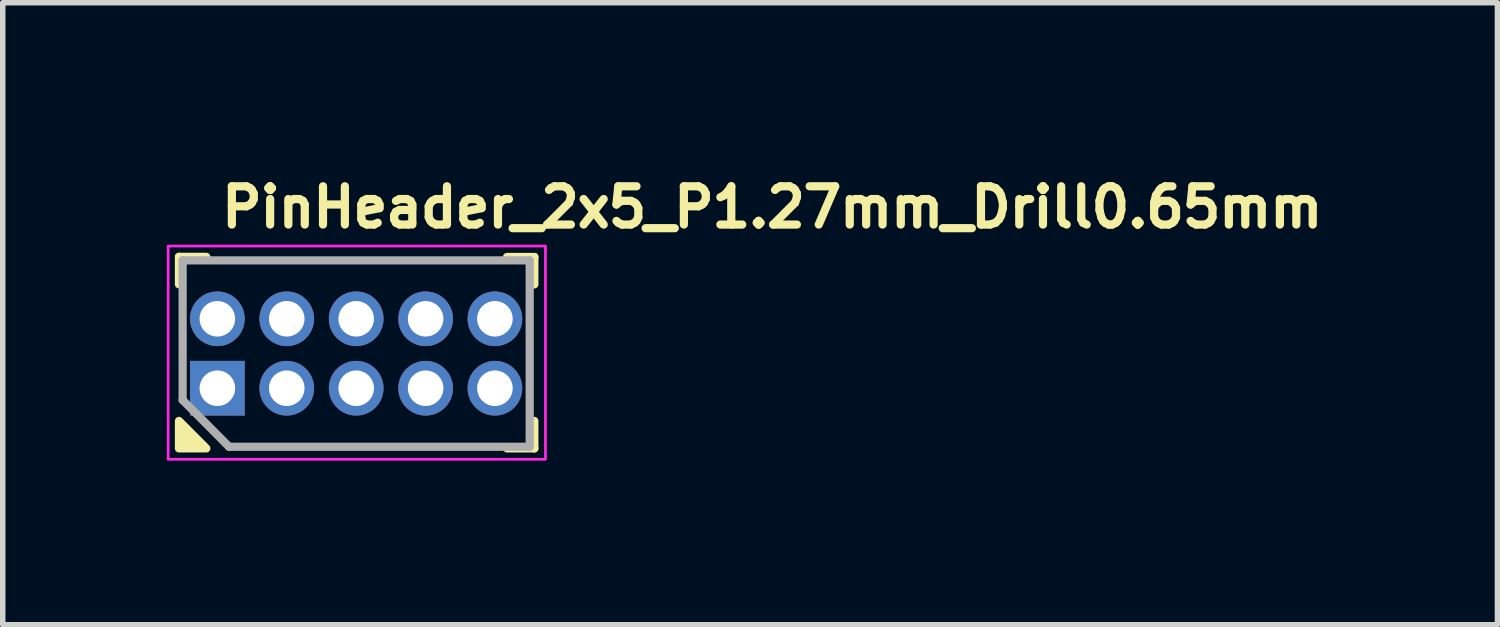
<source format=kicad_pcb>
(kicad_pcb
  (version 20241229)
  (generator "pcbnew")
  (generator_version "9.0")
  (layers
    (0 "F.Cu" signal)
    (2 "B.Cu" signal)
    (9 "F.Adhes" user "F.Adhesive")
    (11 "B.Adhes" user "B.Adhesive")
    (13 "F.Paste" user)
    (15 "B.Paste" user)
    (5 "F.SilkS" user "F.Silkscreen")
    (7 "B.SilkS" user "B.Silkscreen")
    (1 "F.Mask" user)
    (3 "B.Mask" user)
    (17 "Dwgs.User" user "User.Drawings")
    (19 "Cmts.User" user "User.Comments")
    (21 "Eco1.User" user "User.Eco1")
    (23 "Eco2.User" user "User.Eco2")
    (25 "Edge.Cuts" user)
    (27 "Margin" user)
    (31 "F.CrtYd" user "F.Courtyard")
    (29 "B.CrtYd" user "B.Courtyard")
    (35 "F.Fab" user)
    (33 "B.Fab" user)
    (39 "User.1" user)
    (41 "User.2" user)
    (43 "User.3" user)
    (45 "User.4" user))
  (footprint "PinHeader_2x5_P1.27mm_Drill0.65mm"
    (layer "F.Cu")
    (at 0.925 4.05)
    (property "Reference" "PinHeader_2x5_P1.27mm_Drill0.65mm" (at 0 -2.9 0) (layer "F.SilkS") (effects (font (size 0.7 0.7) (thickness 0.15)) (justify left bottom)))
    (attr through_hole)
    (fp_line (start -0.702 -2.403) (end -0.702 -1.901) (stroke (width 0.15) (type solid)) (layer "F.SilkS"))
    (fp_line (start -0.702 -2.403) (end -0.202 -2.403) (stroke (width 0.15) (type solid)) (layer "F.SilkS"))
    (fp_line (start 5.797 -2.4) (end 5.297 -2.4) (stroke (width 0.15) (type solid)) (layer "F.SilkS"))
    (fp_line (start 5.797 -2.4) (end 5.797 -1.899) (stroke (width 0.15) (type solid)) (layer "F.SilkS"))
    (fp_line (start 5.797 1.1) (end 5.297 1.1) (stroke (width 0.15) (type solid)) (layer "F.SilkS"))
    (fp_line (start 5.797 1.1) (end 5.797 0.598) (stroke (width 0.15) (type solid)) (layer "F.SilkS"))
    (fp_poly (pts (xy -0.702 0.598) (xy -0.702 1.1) (xy -0.202 1.1)) (stroke (width 0.15) (type solid)) (fill yes) (layer "F.SilkS"))
    (fp_rect (start -0.9 -2.6) (end 6 1.3) (stroke (width 0.05) (type solid)) (fill no) (layer "F.CrtYd"))
    (fp_line (start -0.635 -2.339) (end 5.712 -2.339) (stroke (width 0.15) (type solid)) (layer "F.Fab"))
    (fp_line (start -0.635 0.216) (end -0.635 -2.339) (stroke (width 0.15) (type solid)) (layer "F.Fab"))
    (fp_line (start 0.214 1.07) (end -0.635 0.216) (stroke (width 0.15) (type solid)) (layer "F.Fab"))
    (fp_line (start 5.712 -2.339) (end 5.712 1.07) (stroke (width 0.15) (type solid)) (layer "F.Fab"))
    (fp_line (start 5.712 1.07) (end 0.214 1.07) (stroke (width 0.15) (type solid)) (layer "F.Fab"))
    (fp_rect (start -0.634 -2.238) (end 5.712 0.961) (stroke (width 0.1) (type solid)) (fill no) (layer "User.5"))
    (fp_rect (start 5.712 -2.238) (end -0.634 0.961) (stroke (width 0.1) (type solid)) (fill no) (layer "User.5"))
    (fp_line (start -0.634 -2.037) (end -0.634 0.763) (stroke (width 0.02) (type solid)) (layer "User.9"))
    (fp_line (start -0.634 0.763) (end -0.434 0.961) (stroke (width 0.02) (type solid)) (layer "User.9"))
    (fp_line (start -0.434 -2.238) (end -0.634 -2.037) (stroke (width 0.02) (type solid)) (layer "User.9"))
    (fp_line (start -0.434 0.961) (end 0.432 0.961) (stroke (width 0.02) (type solid)) (layer "User.9"))
    (fp_line (start -0.203 -1.47) (end -0.103 -1.373) (stroke (width 0.02) (type solid)) (layer "User.9"))
    (fp_line (start -0.203 -1.47) (end 0.201 -1.47) (stroke (width 0.02) (type solid)) (layer "User.9"))
    (fp_line (start -0.203 -1.071) (end -0.203 -1.47) (stroke (width 0.02) (type solid)) (layer "User.9"))
    (fp_line (start -0.203 -0.204) (end -0.103 -0.103) (stroke (width 0.02) (type solid)) (layer "User.9"))
    (fp_line (start -0.203 -0.204) (end 0.201 -0.204) (stroke (width 0.02) (type solid)) (layer "User.9"))
    (fp_line (start -0.203 0.2) (end -0.203 -0.204) (stroke (width 0.02) (type solid)) (layer "User.9"))
    (fp_line (start -0.103 -1.373) (end -0.103 -1.17) (stroke (width 0.02) (type solid)) (layer "User.9"))
    (fp_line (start -0.103 -1.17) (end -0.203 -1.071) (stroke (width 0.02) (type solid)) (layer "User.9"))
    (fp_line (start -0.103 -1.17) (end 0.1 -1.17) (stroke (width 0.02) (type solid)) (layer "User.9"))
    (fp_line (start -0.103 -0.103) (end -0.103 0.1) (stroke (width 0.02) (type solid)) (layer "User.9"))
    (fp_line (start -0.103 0.1) (end -0.203 0.2) (stroke (width 0.02) (type solid)) (layer "User.9"))
    (fp_line (start -0.103 0.1) (end 0.1 0.1) (stroke (width 0.02) (type solid)) (layer "User.9"))
    (fp_line (start 0.1 -1.373) (end -0.103 -1.373) (stroke (width 0.02) (type solid)) (layer "User.9"))
    (fp_line (start 0.1 -1.17) (end 0.1 -1.373) (stroke (width 0.02) (type solid)) (layer "User.9"))
    (fp_line (start 0.1 -1.17) (end 0.201 -1.071) (stroke (width 0.02) (type solid)) (layer "User.9"))
    (fp_line (start 0.1 -0.103) (end -0.103 -0.103) (stroke (width 0.02) (type solid)) (layer "User.9"))
    (fp_line (start 0.1 0.1) (end 0.1 -0.103) (stroke (width 0.02) (type solid)) (layer "User.9"))
    (fp_line (start 0.1 0.1) (end 0.201 0.2) (stroke (width 0.02) (type solid)) (layer "User.9"))
    (fp_line (start 0.201 -1.47) (end 0.1 -1.373) (stroke (width 0.02) (type solid)) (layer "User.9"))
    (fp_line (start 0.201 -1.47) (end 0.201 -1.071) (stroke (width 0.02) (type solid)) (layer "User.9"))
    (fp_line (start 0.201 -1.071) (end -0.203 -1.071) (stroke (width 0.02) (type solid)) (layer "User.9"))
    (fp_line (start 0.201 -0.204) (end 0.1 -0.103) (stroke (width 0.02) (type solid)) (layer "User.9"))
    (fp_line (start 0.201 -0.204) (end 0.201 0.2) (stroke (width 0.02) (type solid)) (layer "User.9"))
    (fp_line (start 0.201 0.2) (end -0.203 0.2) (stroke (width 0.02) (type solid)) (layer "User.9"))
    (fp_line (start 0.432 -2.238) (end -0.434 -2.238) (stroke (width 0.02) (type solid)) (layer "User.9"))
    (fp_line (start 0.432 0.961) (end 0.632 0.763) (stroke (width 0.02) (type solid)) (layer "User.9"))
    (fp_line (start 0.632 -2.037) (end 0.432 -2.238) (stroke (width 0.02) (type solid)) (layer "User.9"))
    (fp_line (start 0.632 0.763) (end 0.832 0.961) (stroke (width 0.02) (type solid)) (layer "User.9"))
    (fp_line (start 0.832 -2.238) (end 0.632 -2.037) (stroke (width 0.02) (type solid)) (layer "User.9"))
    (fp_line (start 0.832 0.961) (end 1.705 0.961) (stroke (width 0.02) (type solid)) (layer "User.9"))
    (fp_line (start 1.07 -1.47) (end 1.169 -1.373) (stroke (width 0.02) (type solid)) (layer "User.9"))
    (fp_line (start 1.07 -1.47) (end 1.469 -1.47) (stroke (width 0.02) (type solid)) (layer "User.9"))
    (fp_line (start 1.07 -1.071) (end 1.07 -1.47) (stroke (width 0.02) (type solid)) (layer "User.9"))
    (fp_line (start 1.07 -0.204) (end 1.169 -0.103) (stroke (width 0.02) (type solid)) (layer "User.9"))
    (fp_line (start 1.07 -0.204) (end 1.469 -0.204) (stroke (width 0.02) (type solid)) (layer "User.9"))
    (fp_line (start 1.07 0.2) (end 1.07 -0.204) (stroke (width 0.02) (type solid)) (layer "User.9"))
    (fp_line (start 1.169 -1.373) (end 1.169 -1.17) (stroke (width 0.02) (type solid)) (layer "User.9"))
    (fp_line (start 1.169 -1.17) (end 1.07 -1.071) (stroke (width 0.02) (type solid)) (layer "User.9"))
    (fp_line (start 1.169 -1.17) (end 1.37 -1.17) (stroke (width 0.02) (type solid)) (layer "User.9"))
    (fp_line (start 1.169 -0.103) (end 1.169 0.1) (stroke (width 0.02) (type solid)) (layer "User.9"))
    (fp_line (start 1.169 0.1) (end 1.07 0.2) (stroke (width 0.02) (type solid)) (layer "User.9"))
    (fp_line (start 1.169 0.1) (end 1.37 0.1) (stroke (width 0.02) (type solid)) (layer "User.9"))
    (fp_line (start 1.37 -1.373) (end 1.169 -1.373) (stroke (width 0.02) (type solid)) (layer "User.9"))
    (fp_line (start 1.37 -1.17) (end 1.37 -1.373) (stroke (width 0.02) (type solid)) (layer "User.9"))
    (fp_line (start 1.37 -1.17) (end 1.469 -1.071) (stroke (width 0.02) (type solid)) (layer "User.9"))
    (fp_line (start 1.37 -0.103) (end 1.169 -0.103) (stroke (width 0.02) (type solid)) (layer "User.9"))
    (fp_line (start 1.37 0.1) (end 1.37 -0.103) (stroke (width 0.02) (type solid)) (layer "User.9"))
    (fp_line (start 1.37 0.1) (end 1.469 0.2) (stroke (width 0.02) (type solid)) (layer "User.9"))
    (fp_line (start 1.469 -1.47) (end 1.37 -1.373) (stroke (width 0.02) (type solid)) (layer "User.9"))
    (fp_line (start 1.469 -1.47) (end 1.469 -1.071) (stroke (width 0.02) (type solid)) (layer "User.9"))
    (fp_line (start 1.469 -1.071) (end 1.07 -1.071) (stroke (width 0.02) (type solid)) (layer "User.9"))
    (fp_line (start 1.469 -0.204) (end 1.37 -0.103) (stroke (width 0.02) (type solid)) (layer "User.9"))
    (fp_line (start 1.469 -0.204) (end 1.469 0.2) (stroke (width 0.02) (type solid)) (layer "User.9"))
    (fp_line (start 1.469 0.2) (end 1.07 0.2) (stroke (width 0.02) (type solid)) (layer "User.9"))
    (fp_line (start 1.705 -2.238) (end 0.832 -2.238) (stroke (width 0.02) (type solid)) (layer "User.9"))
    (fp_line (start 1.705 0.961) (end 1.904 0.763) (stroke (width 0.02) (type solid)) (layer "User.9"))
    (fp_line (start 1.904 -2.037) (end 1.705 -2.238) (stroke (width 0.02) (type solid)) (layer "User.9"))
    (fp_line (start 1.904 0.763) (end 2.104 0.961) (stroke (width 0.02) (type solid)) (layer "User.9"))
    (fp_line (start 2.104 -2.238) (end 1.904 -2.037) (stroke (width 0.02) (type solid)) (layer "User.9"))
    (fp_line (start 2.104 0.961) (end 2.975 0.961) (stroke (width 0.02) (type solid)) (layer "User.9"))
    (fp_line (start 2.338 -1.47) (end 2.439 -1.373) (stroke (width 0.02) (type solid)) (layer "User.9"))
    (fp_line (start 2.338 -1.47) (end 2.741 -1.47) (stroke (width 0.02) (type solid)) (layer "User.9"))
    (fp_line (start 2.338 -1.071) (end 2.338 -1.47) (stroke (width 0.02) (type solid)) (layer "User.9"))
    (fp_line (start 2.338 -0.204) (end 2.439 -0.103) (stroke (width 0.02) (type solid)) (layer "User.9"))
    (fp_line (start 2.338 -0.204) (end 2.741 -0.204) (stroke (width 0.02) (type solid)) (layer "User.9"))
    (fp_line (start 2.338 0.2) (end 2.338 -0.204) (stroke (width 0.02) (type solid)) (layer "User.9"))
    (fp_line (start 2.439 -1.373) (end 2.439 -1.17) (stroke (width 0.02) (type solid)) (layer "User.9"))
    (fp_line (start 2.439 -1.17) (end 2.338 -1.071) (stroke (width 0.02) (type solid)) (layer "User.9"))
    (fp_line (start 2.439 -1.17) (end 2.64 -1.17) (stroke (width 0.02) (type solid)) (layer "User.9"))
    (fp_line (start 2.439 -0.103) (end 2.439 0.1) (stroke (width 0.02) (type solid)) (layer "User.9"))
    (fp_line (start 2.439 0.1) (end 2.338 0.2) (stroke (width 0.02) (type solid)) (layer "User.9"))
    (fp_line (start 2.439 0.1) (end 2.64 0.1) (stroke (width 0.02) (type solid)) (layer "User.9"))
    (fp_line (start 2.64 -1.373) (end 2.439 -1.373) (stroke (width 0.02) (type solid)) (layer "User.9"))
    (fp_line (start 2.64 -1.17) (end 2.64 -1.373) (stroke (width 0.02) (type solid)) (layer "User.9"))
    (fp_line (start 2.64 -1.17) (end 2.741 -1.071) (stroke (width 0.02) (type solid)) (layer "User.9"))
    (fp_line (start 2.64 -0.103) (end 2.439 -0.103) (stroke (width 0.02) (type solid)) (layer "User.9"))
    (fp_line (start 2.64 0.1) (end 2.64 -0.103) (stroke (width 0.02) (type solid)) (layer "User.9"))
    (fp_line (start 2.64 0.1) (end 2.741 0.2) (stroke (width 0.02) (type solid)) (layer "User.9"))
    (fp_line (start 2.741 -1.47) (end 2.64 -1.373) (stroke (width 0.02) (type solid)) (layer "User.9"))
    (fp_line (start 2.741 -1.47) (end 2.741 -1.071) (stroke (width 0.02) (type solid)) (layer "User.9"))
    (fp_line (start 2.741 -1.071) (end 2.338 -1.071) (stroke (width 0.02) (type solid)) (layer "User.9"))
    (fp_line (start 2.741 -0.204) (end 2.64 -0.103) (stroke (width 0.02) (type solid)) (layer "User.9"))
    (fp_line (start 2.741 -0.204) (end 2.741 0.2) (stroke (width 0.02) (type solid)) (layer "User.9"))
    (fp_line (start 2.741 0.2) (end 2.338 0.2) (stroke (width 0.02) (type solid)) (layer "User.9"))
    (fp_line (start 2.975 -2.238) (end 2.104 -2.238) (stroke (width 0.02) (type solid)) (layer "User.9"))
    (fp_line (start 2.975 0.961) (end 3.175 0.763) (stroke (width 0.02) (type solid)) (layer "User.9"))
    (fp_line (start 3.175 -2.037) (end 2.975 -2.238) (stroke (width 0.02) (type solid)) (layer "User.9"))
    (fp_line (start 3.175 0.763) (end 3.374 0.961) (stroke (width 0.02) (type solid)) (layer "User.9"))
    (fp_line (start 3.374 -2.238) (end 3.175 -2.037) (stroke (width 0.02) (type solid)) (layer "User.9"))
    (fp_line (start 3.374 0.961) (end 4.245 0.961) (stroke (width 0.02) (type solid)) (layer "User.9"))
    (fp_line (start 3.608 -1.47) (end 3.708 -1.373) (stroke (width 0.02) (type solid)) (layer "User.9"))
    (fp_line (start 3.608 -1.47) (end 4.007 -1.47) (stroke (width 0.02) (type solid)) (layer "User.9"))
    (fp_line (start 3.608 -1.071) (end 3.608 -1.47) (stroke (width 0.02) (type solid)) (layer "User.9"))
    (fp_line (start 3.608 -0.204) (end 3.708 -0.103) (stroke (width 0.02) (type solid)) (layer "User.9"))
    (fp_line (start 3.608 -0.204) (end 4.007 -0.204) (stroke (width 0.02) (type solid)) (layer "User.9"))
    (fp_line (start 3.608 0.2) (end 3.608 -0.204) (stroke (width 0.02) (type solid)) (layer "User.9"))
    (fp_line (start 3.708 -1.373) (end 3.708 -1.17) (stroke (width 0.02) (type solid)) (layer "User.9"))
    (fp_line (start 3.708 -1.17) (end 3.608 -1.071) (stroke (width 0.02) (type solid)) (layer "User.9"))
    (fp_line (start 3.708 -1.17) (end 3.91 -1.17) (stroke (width 0.02) (type solid)) (layer "User.9"))
    (fp_line (start 3.708 -0.103) (end 3.708 0.1) (stroke (width 0.02) (type solid)) (layer "User.9"))
    (fp_line (start 3.708 0.1) (end 3.608 0.2) (stroke (width 0.02) (type solid)) (layer "User.9"))
    (fp_line (start 3.708 0.1) (end 3.91 0.1) (stroke (width 0.02) (type solid)) (layer "User.9"))
    (fp_line (start 3.91 -1.373) (end 3.708 -1.373) (stroke (width 0.02) (type solid)) (layer "User.9"))
    (fp_line (start 3.91 -1.17) (end 3.91 -1.373) (stroke (width 0.02) (type solid)) (layer "User.9"))
    (fp_line (start 3.91 -1.17) (end 4.007 -1.071) (stroke (width 0.02) (type solid)) (layer "User.9"))
    (fp_line (start 3.91 -0.103) (end 3.708 -0.103) (stroke (width 0.02) (type solid)) (layer "User.9"))
    (fp_line (start 3.91 0.1) (end 3.91 -0.103) (stroke (width 0.02) (type solid)) (layer "User.9"))
    (fp_line (start 3.91 0.1) (end 4.007 0.2) (stroke (width 0.02) (type solid)) (layer "User.9"))
    (fp_line (start 4.007 -1.47) (end 3.91 -1.373) (stroke (width 0.02) (type solid)) (layer "User.9"))
    (fp_line (start 4.007 -1.47) (end 4.007 -1.071) (stroke (width 0.02) (type solid)) (layer "User.9"))
    (fp_line (start 4.007 -1.071) (end 3.608 -1.071) (stroke (width 0.02) (type solid)) (layer "User.9"))
    (fp_line (start 4.007 -0.204) (end 3.91 -0.103) (stroke (width 0.02) (type solid)) (layer "User.9"))
    (fp_line (start 4.007 -0.204) (end 4.007 0.2) (stroke (width 0.02) (type solid)) (layer "User.9"))
    (fp_line (start 4.007 0.2) (end 3.608 0.2) (stroke (width 0.02) (type solid)) (layer "User.9"))
    (fp_line (start 4.245 -2.238) (end 3.374 -2.238) (stroke (width 0.02) (type solid)) (layer "User.9"))
    (fp_line (start 4.245 0.961) (end 4.443 0.763) (stroke (width 0.02) (type solid)) (layer "User.9"))
    (fp_line (start 4.443 -2.037) (end 4.245 -2.238) (stroke (width 0.02) (type solid)) (layer "User.9"))
    (fp_line (start 4.443 0.763) (end 4.644 0.961) (stroke (width 0.02) (type solid)) (layer "User.9"))
    (fp_line (start 4.644 -2.238) (end 4.443 -2.037) (stroke (width 0.02) (type solid)) (layer "User.9"))
    (fp_line (start 4.644 0.961) (end 5.512 0.961) (stroke (width 0.02) (type solid)) (layer "User.9"))
    (fp_line (start 4.878 -1.47) (end 4.978 -1.373) (stroke (width 0.02) (type solid)) (layer "User.9"))
    (fp_line (start 4.878 -1.47) (end 5.278 -1.47) (stroke (width 0.02) (type solid)) (layer "User.9"))
    (fp_line (start 4.878 -1.071) (end 4.878 -1.47) (stroke (width 0.02) (type solid)) (layer "User.9"))
    (fp_line (start 4.878 -0.204) (end 4.978 -0.103) (stroke (width 0.02) (type solid)) (layer "User.9"))
    (fp_line (start 4.878 -0.204) (end 5.278 -0.204) (stroke (width 0.02) (type solid)) (layer "User.9"))
    (fp_line (start 4.878 0.2) (end 4.878 -0.204) (stroke (width 0.02) (type solid)) (layer "User.9"))
    (fp_line (start 4.978 -1.373) (end 4.978 -1.17) (stroke (width 0.02) (type solid)) (layer "User.9"))
    (fp_line (start 4.978 -1.17) (end 4.878 -1.071) (stroke (width 0.02) (type solid)) (layer "User.9"))
    (fp_line (start 4.978 -1.17) (end 5.177 -1.17) (stroke (width 0.02) (type solid)) (layer "User.9"))
    (fp_line (start 4.978 -0.103) (end 4.978 0.1) (stroke (width 0.02) (type solid)) (layer "User.9"))
    (fp_line (start 4.978 0.1) (end 4.878 0.2) (stroke (width 0.02) (type solid)) (layer "User.9"))
    (fp_line (start 4.978 0.1) (end 5.177 0.1) (stroke (width 0.02) (type solid)) (layer "User.9"))
    (fp_line (start 5.177 -1.373) (end 4.978 -1.373) (stroke (width 0.02) (type solid)) (layer "User.9"))
    (fp_line (start 5.177 -1.17) (end 5.177 -1.373) (stroke (width 0.02) (type solid)) (layer "User.9"))
    (fp_line (start 5.177 -1.17) (end 5.278 -1.071) (stroke (width 0.02) (type solid)) (layer "User.9"))
    (fp_line (start 5.177 -0.103) (end 4.978 -0.103) (stroke (width 0.02) (type solid)) (layer "User.9"))
    (fp_line (start 5.177 0.1) (end 5.177 -0.103) (stroke (width 0.02) (type solid)) (layer "User.9"))
    (fp_line (start 5.177 0.1) (end 5.278 0.2) (stroke (width 0.02) (type solid)) (layer "User.9"))
    (fp_line (start 5.278 -1.47) (end 5.177 -1.373) (stroke (width 0.02) (type solid)) (layer "User.9"))
    (fp_line (start 5.278 -1.47) (end 5.278 -1.071) (stroke (width 0.02) (type solid)) (layer "User.9"))
    (fp_line (start 5.278 -1.071) (end 4.878 -1.071) (stroke (width 0.02) (type solid)) (layer "User.9"))
    (fp_line (start 5.278 -0.204) (end 5.177 -0.103) (stroke (width 0.02) (type solid)) (layer "User.9"))
    (fp_line (start 5.278 -0.204) (end 5.278 0.2) (stroke (width 0.02) (type solid)) (layer "User.9"))
    (fp_line (start 5.278 0.2) (end 4.878 0.2) (stroke (width 0.02) (type solid)) (layer "User.9"))
    (fp_line (start 5.512 -2.238) (end 4.644 -2.238) (stroke (width 0.02) (type solid)) (layer "User.9"))
    (fp_line (start 5.512 0.961) (end 5.712 0.763) (stroke (width 0.02) (type solid)) (layer "User.9"))
    (fp_line (start 5.712 -2.037) (end 5.512 -2.238) (stroke (width 0.02) (type solid)) (layer "User.9"))
    (fp_line (start 5.712 0.763) (end 5.712 -2.037) (stroke (width 0.02) (type solid)) (layer "User.9"))
    (pad "1" thru_hole rect (at 0 0 90) (size 1 1) (drill 0.65) (layers "*.Cu" "*.Mask"))
    (pad "2" thru_hole oval (at 0 -1.27 90) (size 1 1) (drill 0.65) (layers "*.Cu" "*.Mask"))
    (pad "3" thru_hole oval (at 1.269 0 90) (size 1 1) (drill 0.65) (layers "*.Cu" "*.Mask"))
    (pad "4" thru_hole oval (at 1.269 -1.27 90) (size 1 1) (drill 0.65) (layers "*.Cu" "*.Mask"))
    (pad "5" thru_hole oval (at 2.539 0 90) (size 1 1) (drill 0.65) (layers "*.Cu" "*.Mask"))
    (pad "6" thru_hole oval (at 2.539 -1.27 90) (size 1 1) (drill 0.65) (layers "*.Cu" "*.Mask"))
    (pad "7" thru_hole oval (at 3.809 0 90) (size 1 1) (drill 0.65) (layers "*.Cu" "*.Mask"))
    (pad "8" thru_hole oval (at 3.809 -1.27 90) (size 1 1) (drill 0.65) (layers "*.Cu" "*.Mask"))
    (pad "9" thru_hole oval (at 5.076 0 90) (size 1 1) (drill 0.65) (layers "*.Cu" "*.Mask"))
    (pad "10" thru_hole oval (at 5.076 -1.27 90) (size 1 1) (drill 0.65) (layers "*.Cu" "*.Mask")))
  (gr_rect
    (start -3 -3)
    (end 24.335 8.375)
    (stroke (width 0.1) (type default))
    (fill no)
    (layer "Edge.Cuts")))
</source>
